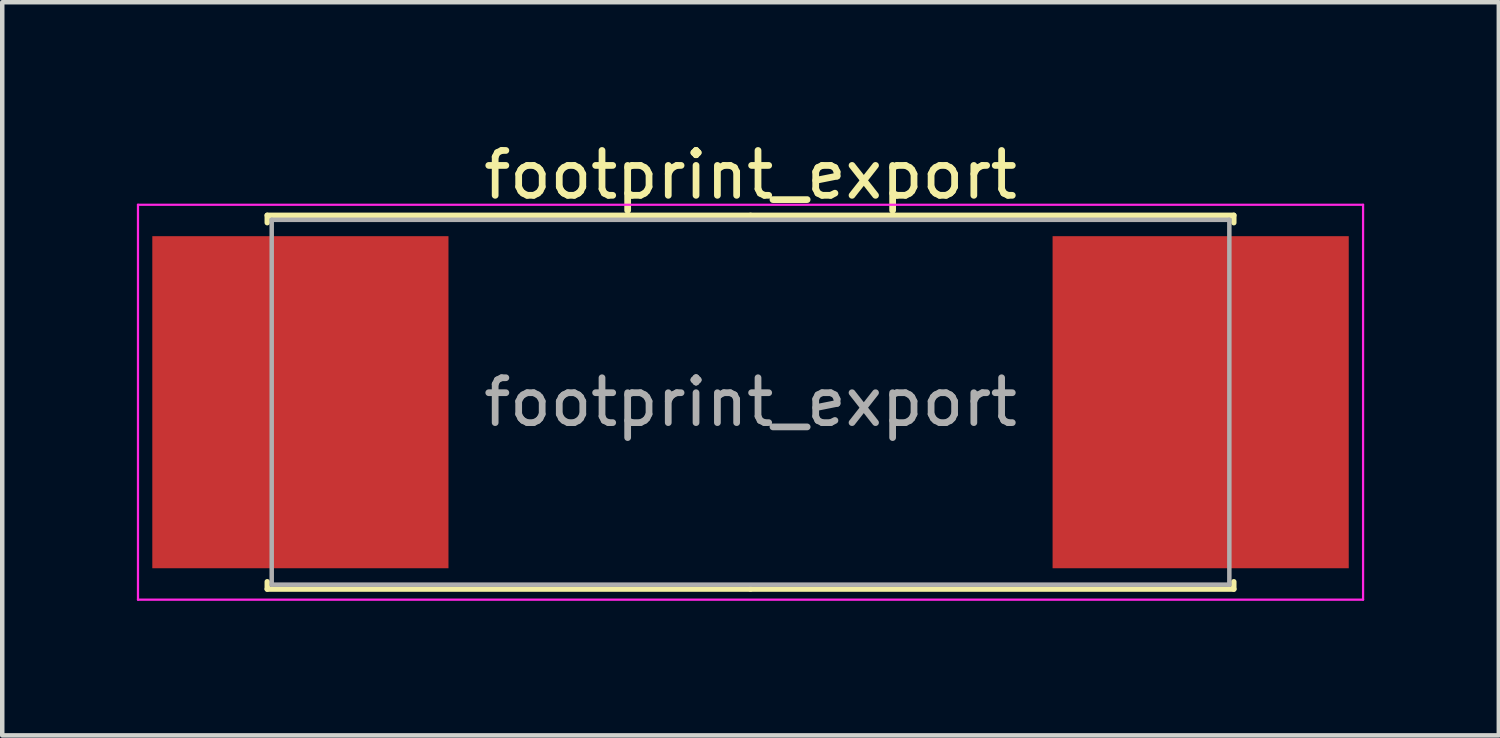
<source format=kicad_pcb>
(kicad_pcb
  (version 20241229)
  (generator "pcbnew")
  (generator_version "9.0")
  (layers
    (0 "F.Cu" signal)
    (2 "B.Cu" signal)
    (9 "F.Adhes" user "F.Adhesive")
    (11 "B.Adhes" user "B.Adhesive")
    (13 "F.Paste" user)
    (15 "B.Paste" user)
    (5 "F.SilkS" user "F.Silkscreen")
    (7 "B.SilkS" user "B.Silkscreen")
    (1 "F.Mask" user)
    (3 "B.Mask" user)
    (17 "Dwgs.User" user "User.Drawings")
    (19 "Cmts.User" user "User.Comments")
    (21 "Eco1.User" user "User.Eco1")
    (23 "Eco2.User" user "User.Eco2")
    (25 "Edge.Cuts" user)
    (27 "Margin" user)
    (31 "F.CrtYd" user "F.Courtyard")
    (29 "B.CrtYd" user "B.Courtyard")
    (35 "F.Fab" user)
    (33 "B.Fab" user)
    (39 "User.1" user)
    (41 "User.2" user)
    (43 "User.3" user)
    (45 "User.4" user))
  (footprint "footprint_export"
    (layer "F.Cu")
    (at 13.675 5.913)
    (property "Reference" "footprint_export" (at 0 -5.065 0) (layer "F.SilkS") (effects (font (size 1 1) (thickness 0.15))))
    (attr smd)
    (fp_line (start -10.77 -4.165) (end 0 -4.165) (stroke (width 0.12) (type solid)) (layer "F.SilkS"))
    (fp_line (start -10.77 -4) (end -10.77 -4.165) (stroke (width 0.12) (type solid)) (layer "F.SilkS"))
    (fp_line (start -10.77 4) (end -10.77 4.165) (stroke (width 0.12) (type solid)) (layer "F.SilkS"))
    (fp_line (start -10.77 4.165) (end 0 4.165) (stroke (width 0.12) (type solid)) (layer "F.SilkS"))
    (fp_line (start 10.77 -4.165) (end 0 -4.165) (stroke (width 0.12) (type solid)) (layer "F.SilkS"))
    (fp_line (start 10.77 -4) (end 10.77 -4.165) (stroke (width 0.12) (type solid)) (layer "F.SilkS"))
    (fp_line (start 10.77 4) (end 10.77 4.165) (stroke (width 0.12) (type solid)) (layer "F.SilkS"))
    (fp_line (start 10.77 4.165) (end 0 4.165) (stroke (width 0.12) (type solid)) (layer "F.SilkS"))
    (fp_line (start -13.65 -4.4) (end -13.65 4.4) (stroke (width 0.05) (type solid)) (layer "F.CrtYd"))
    (fp_line (start -13.65 4.4) (end 13.65 4.4) (stroke (width 0.05) (type solid)) (layer "F.CrtYd"))
    (fp_line (start 13.65 -4.4) (end -13.65 -4.4) (stroke (width 0.05) (type solid)) (layer "F.CrtYd"))
    (fp_line (start 13.65 4.4) (end 13.65 -4.4) (stroke (width 0.05) (type solid)) (layer "F.CrtYd"))
    (fp_line (start -10.67 -4.065) (end -10.67 4.065) (stroke (width 0.1) (type solid)) (layer "F.Fab"))
    (fp_line (start -10.67 4.065) (end 10.67 4.065) (stroke (width 0.1) (type solid)) (layer "F.Fab"))
    (fp_line (start 10.67 -4.065) (end -10.67 -4.065) (stroke (width 0.1) (type solid)) (layer "F.Fab"))
    (fp_line (start 10.67 4.065) (end 10.67 -4.065) (stroke (width 0.1) (type solid)) (layer "F.Fab"))
    (fp_text user "${REFERENCE}" (at 0 0 0) (layer "F.Fab") (effects (font (size 1 1) (thickness 0.15))))
    (pad "1" smd rect (at -10.031 0) (size 6.6 7.4) (layers "F.Cu" "F.Mask" "F.Paste"))
    (pad "2" smd rect (at 10.031 0) (size 6.6 7.4) (layers "F.Cu" "F.Mask" "F.Paste")))
  (gr_rect
    (start -3 -3)
    (end 30.35 13.338)
    (stroke (width 0.1) (type default))
    (fill no)
    (layer "Edge.Cuts")))
</source>
